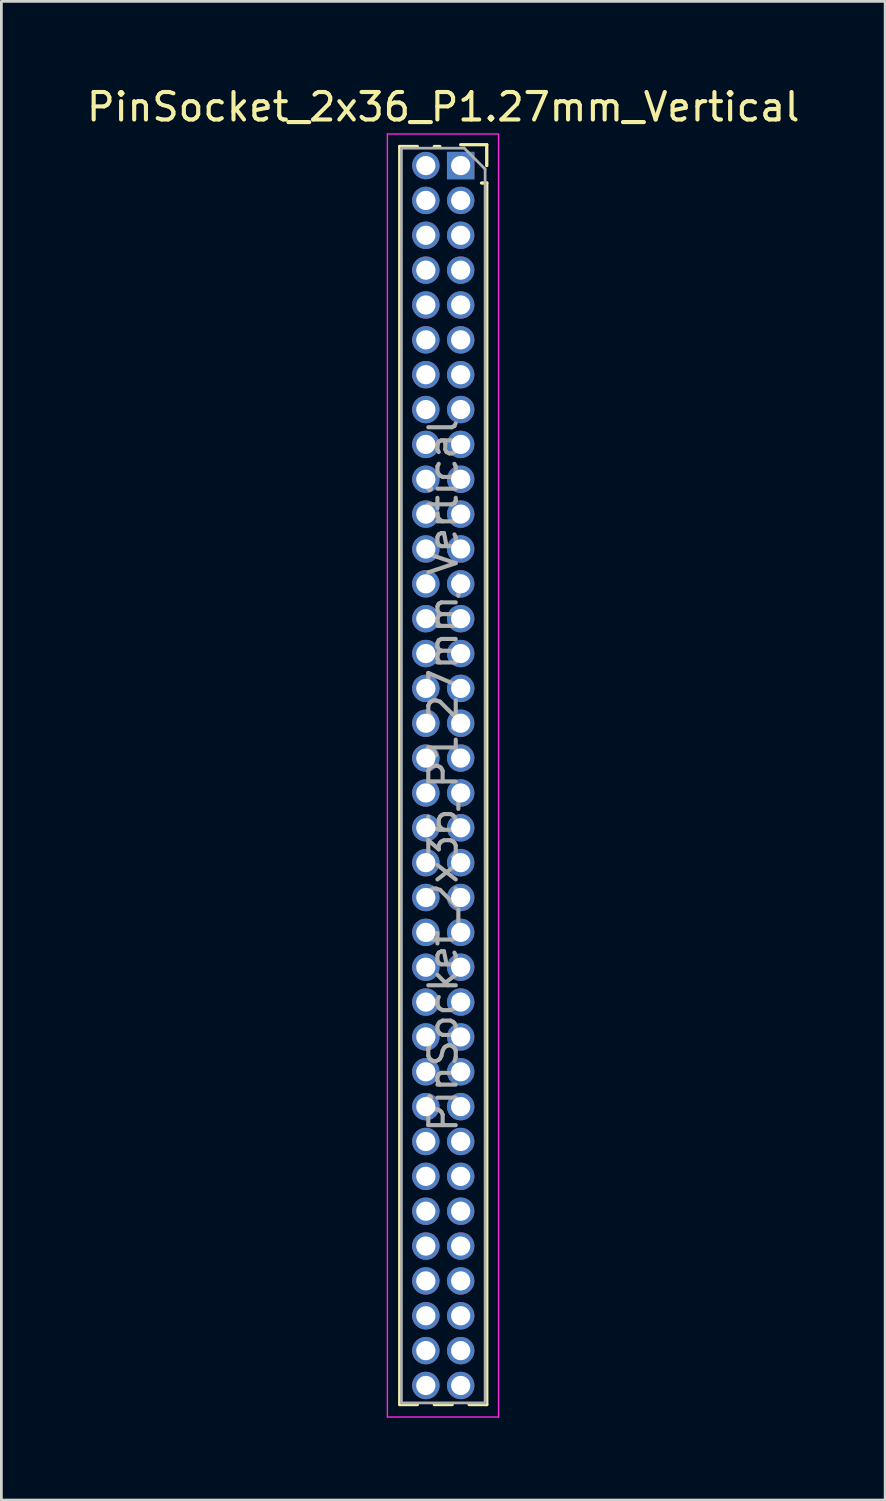
<source format=kicad_pcb>
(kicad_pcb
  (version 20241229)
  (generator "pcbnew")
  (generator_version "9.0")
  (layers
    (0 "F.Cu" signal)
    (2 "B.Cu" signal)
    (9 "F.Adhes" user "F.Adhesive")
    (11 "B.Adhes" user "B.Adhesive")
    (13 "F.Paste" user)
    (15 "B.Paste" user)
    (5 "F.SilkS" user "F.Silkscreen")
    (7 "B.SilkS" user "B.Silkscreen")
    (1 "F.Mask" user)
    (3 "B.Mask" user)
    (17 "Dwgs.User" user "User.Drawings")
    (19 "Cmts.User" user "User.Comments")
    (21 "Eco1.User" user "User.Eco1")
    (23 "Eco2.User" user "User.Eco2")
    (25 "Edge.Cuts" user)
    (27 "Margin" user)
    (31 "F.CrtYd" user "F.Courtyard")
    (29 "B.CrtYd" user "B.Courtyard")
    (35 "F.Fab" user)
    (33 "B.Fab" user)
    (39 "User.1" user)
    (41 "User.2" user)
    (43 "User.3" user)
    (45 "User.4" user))
  (footprint "PinSocket_2x36_P1.27mm_Vertical"
    (layer "F.Cu")
    (at 13.736 2.983)
    (property "Reference" "PinSocket_2x36_P1.27mm_Vertical" (at -0.635 -2.135 0) (layer "F.SilkS") (effects (font (size 1 1) (thickness 0.15))))
    (attr through_hole)
    (fp_line (start -2.22 -0.695) (end -2.22 45.145) (stroke (width 0.12) (type solid)) (layer "F.SilkS"))
    (fp_line (start -2.22 -0.695) (end -1.578 -0.695) (stroke (width 0.12) (type solid)) (layer "F.SilkS"))
    (fp_line (start -2.22 45.145) (end -1.578 45.145) (stroke (width 0.12) (type solid)) (layer "F.SilkS"))
    (fp_line (start -0.962 -0.695) (end -0.76 -0.695) (stroke (width 0.12) (type solid)) (layer "F.SilkS"))
    (fp_line (start -0.962 45.145) (end -0.308 45.145) (stroke (width 0.12) (type solid)) (layer "F.SilkS"))
    (fp_line (start 0 -0.76) (end 0.95 -0.76) (stroke (width 0.12) (type solid)) (layer "F.SilkS"))
    (fp_line (start 0.308 45.145) (end 0.95 45.145) (stroke (width 0.12) (type solid)) (layer "F.SilkS"))
    (fp_line (start 0.76 0.635) (end 0.95 0.635) (stroke (width 0.12) (type solid)) (layer "F.SilkS"))
    (fp_line (start 0.95 -0.76) (end 0.95 0) (stroke (width 0.12) (type solid)) (layer "F.SilkS"))
    (fp_line (start 0.95 0.635) (end 0.95 45.145) (stroke (width 0.12) (type solid)) (layer "F.SilkS"))
    (fp_line (start -2.67 -1.15) (end 1.38 -1.15) (stroke (width 0.05) (type solid)) (layer "F.CrtYd"))
    (fp_line (start -2.67 45.6) (end -2.67 -1.15) (stroke (width 0.05) (type solid)) (layer "F.CrtYd"))
    (fp_line (start 1.38 -1.15) (end 1.38 45.6) (stroke (width 0.05) (type solid)) (layer "F.CrtYd"))
    (fp_line (start 1.38 45.6) (end -2.67 45.6) (stroke (width 0.05) (type solid)) (layer "F.CrtYd"))
    (fp_line (start -2.16 -0.635) (end 0.128 -0.635) (stroke (width 0.1) (type solid)) (layer "F.Fab"))
    (fp_line (start -2.16 45.085) (end -2.16 -0.635) (stroke (width 0.1) (type solid)) (layer "F.Fab"))
    (fp_line (start 0.128 -0.635) (end 0.89 0.128) (stroke (width 0.1) (type solid)) (layer "F.Fab"))
    (fp_line (start 0.89 0.128) (end 0.89 45.085) (stroke (width 0.1) (type solid)) (layer "F.Fab"))
    (fp_line (start 0.89 45.085) (end -2.16 45.085) (stroke (width 0.1) (type solid)) (layer "F.Fab"))
    (fp_text user "${REFERENCE}" (at -0.635 22.225 90) (layer "F.Fab") (effects (font (size 1 1) (thickness 0.15))))
    (pad "1" thru_hole rect (at 0 0) (size 1 1) (drill 0.7) (layers "*.Cu" "*.Mask"))
    (pad "2" thru_hole oval (at -1.27 0) (size 1 1) (drill 0.7) (layers "*.Cu" "*.Mask"))
    (pad "3" thru_hole oval (at 0 1.27) (size 1 1) (drill 0.7) (layers "*.Cu" "*.Mask"))
    (pad "4" thru_hole oval (at -1.27 1.27) (size 1 1) (drill 0.7) (layers "*.Cu" "*.Mask"))
    (pad "5" thru_hole oval (at 0 2.54) (size 1 1) (drill 0.7) (layers "*.Cu" "*.Mask"))
    (pad "6" thru_hole oval (at -1.27 2.54) (size 1 1) (drill 0.7) (layers "*.Cu" "*.Mask"))
    (pad "7" thru_hole oval (at 0 3.81) (size 1 1) (drill 0.7) (layers "*.Cu" "*.Mask"))
    (pad "8" thru_hole oval (at -1.27 3.81) (size 1 1) (drill 0.7) (layers "*.Cu" "*.Mask"))
    (pad "9" thru_hole oval (at 0 5.08) (size 1 1) (drill 0.7) (layers "*.Cu" "*.Mask"))
    (pad "10" thru_hole oval (at -1.27 5.08) (size 1 1) (drill 0.7) (layers "*.Cu" "*.Mask"))
    (pad "11" thru_hole oval (at 0 6.35) (size 1 1) (drill 0.7) (layers "*.Cu" "*.Mask"))
    (pad "12" thru_hole oval (at -1.27 6.35) (size 1 1) (drill 0.7) (layers "*.Cu" "*.Mask"))
    (pad "13" thru_hole oval (at 0 7.62) (size 1 1) (drill 0.7) (layers "*.Cu" "*.Mask"))
    (pad "14" thru_hole oval (at -1.27 7.62) (size 1 1) (drill 0.7) (layers "*.Cu" "*.Mask"))
    (pad "15" thru_hole oval (at 0 8.89) (size 1 1) (drill 0.7) (layers "*.Cu" "*.Mask"))
    (pad "16" thru_hole oval (at -1.27 8.89) (size 1 1) (drill 0.7) (layers "*.Cu" "*.Mask"))
    (pad "17" thru_hole oval (at 0 10.16) (size 1 1) (drill 0.7) (layers "*.Cu" "*.Mask"))
    (pad "18" thru_hole oval (at -1.27 10.16) (size 1 1) (drill 0.7) (layers "*.Cu" "*.Mask"))
    (pad "19" thru_hole oval (at 0 11.43) (size 1 1) (drill 0.7) (layers "*.Cu" "*.Mask"))
    (pad "20" thru_hole oval (at -1.27 11.43) (size 1 1) (drill 0.7) (layers "*.Cu" "*.Mask"))
    (pad "21" thru_hole oval (at 0 12.7) (size 1 1) (drill 0.7) (layers "*.Cu" "*.Mask"))
    (pad "22" thru_hole oval (at -1.27 12.7) (size 1 1) (drill 0.7) (layers "*.Cu" "*.Mask"))
    (pad "23" thru_hole oval (at 0 13.97) (size 1 1) (drill 0.7) (layers "*.Cu" "*.Mask"))
    (pad "24" thru_hole oval (at -1.27 13.97) (size 1 1) (drill 0.7) (layers "*.Cu" "*.Mask"))
    (pad "25" thru_hole oval (at 0 15.24) (size 1 1) (drill 0.7) (layers "*.Cu" "*.Mask"))
    (pad "26" thru_hole oval (at -1.27 15.24) (size 1 1) (drill 0.7) (layers "*.Cu" "*.Mask"))
    (pad "27" thru_hole oval (at 0 16.51) (size 1 1) (drill 0.7) (layers "*.Cu" "*.Mask"))
    (pad "28" thru_hole oval (at -1.27 16.51) (size 1 1) (drill 0.7) (layers "*.Cu" "*.Mask"))
    (pad "29" thru_hole oval (at 0 17.78) (size 1 1) (drill 0.7) (layers "*.Cu" "*.Mask"))
    (pad "30" thru_hole oval (at -1.27 17.78) (size 1 1) (drill 0.7) (layers "*.Cu" "*.Mask"))
    (pad "31" thru_hole oval (at 0 19.05) (size 1 1) (drill 0.7) (layers "*.Cu" "*.Mask"))
    (pad "32" thru_hole oval (at -1.27 19.05) (size 1 1) (drill 0.7) (layers "*.Cu" "*.Mask"))
    (pad "33" thru_hole oval (at 0 20.32) (size 1 1) (drill 0.7) (layers "*.Cu" "*.Mask"))
    (pad "34" thru_hole oval (at -1.27 20.32) (size 1 1) (drill 0.7) (layers "*.Cu" "*.Mask"))
    (pad "35" thru_hole oval (at 0 21.59) (size 1 1) (drill 0.7) (layers "*.Cu" "*.Mask"))
    (pad "36" thru_hole oval (at -1.27 21.59) (size 1 1) (drill 0.7) (layers "*.Cu" "*.Mask"))
    (pad "37" thru_hole oval (at 0 22.86) (size 1 1) (drill 0.7) (layers "*.Cu" "*.Mask"))
    (pad "38" thru_hole oval (at -1.27 22.86) (size 1 1) (drill 0.7) (layers "*.Cu" "*.Mask"))
    (pad "39" thru_hole oval (at 0 24.13) (size 1 1) (drill 0.7) (layers "*.Cu" "*.Mask"))
    (pad "40" thru_hole oval (at -1.27 24.13) (size 1 1) (drill 0.7) (layers "*.Cu" "*.Mask"))
    (pad "41" thru_hole oval (at 0 25.4) (size 1 1) (drill 0.7) (layers "*.Cu" "*.Mask"))
    (pad "42" thru_hole oval (at -1.27 25.4) (size 1 1) (drill 0.7) (layers "*.Cu" "*.Mask"))
    (pad "43" thru_hole oval (at 0 26.67) (size 1 1) (drill 0.7) (layers "*.Cu" "*.Mask"))
    (pad "44" thru_hole oval (at -1.27 26.67) (size 1 1) (drill 0.7) (layers "*.Cu" "*.Mask"))
    (pad "45" thru_hole oval (at 0 27.94) (size 1 1) (drill 0.7) (layers "*.Cu" "*.Mask"))
    (pad "46" thru_hole oval (at -1.27 27.94) (size 1 1) (drill 0.7) (layers "*.Cu" "*.Mask"))
    (pad "47" thru_hole oval (at 0 29.21) (size 1 1) (drill 0.7) (layers "*.Cu" "*.Mask"))
    (pad "48" thru_hole oval (at -1.27 29.21) (size 1 1) (drill 0.7) (layers "*.Cu" "*.Mask"))
    (pad "49" thru_hole oval (at 0 30.48) (size 1 1) (drill 0.7) (layers "*.Cu" "*.Mask"))
    (pad "50" thru_hole oval (at -1.27 30.48) (size 1 1) (drill 0.7) (layers "*.Cu" "*.Mask"))
    (pad "51" thru_hole oval (at 0 31.75) (size 1 1) (drill 0.7) (layers "*.Cu" "*.Mask"))
    (pad "52" thru_hole oval (at -1.27 31.75) (size 1 1) (drill 0.7) (layers "*.Cu" "*.Mask"))
    (pad "53" thru_hole oval (at 0 33.02) (size 1 1) (drill 0.7) (layers "*.Cu" "*.Mask"))
    (pad "54" thru_hole oval (at -1.27 33.02) (size 1 1) (drill 0.7) (layers "*.Cu" "*.Mask"))
    (pad "55" thru_hole oval (at 0 34.29) (size 1 1) (drill 0.7) (layers "*.Cu" "*.Mask"))
    (pad "56" thru_hole oval (at -1.27 34.29) (size 1 1) (drill 0.7) (layers "*.Cu" "*.Mask"))
    (pad "57" thru_hole oval (at 0 35.56) (size 1 1) (drill 0.7) (layers "*.Cu" "*.Mask"))
    (pad "58" thru_hole oval (at -1.27 35.56) (size 1 1) (drill 0.7) (layers "*.Cu" "*.Mask"))
    (pad "59" thru_hole oval (at 0 36.83) (size 1 1) (drill 0.7) (layers "*.Cu" "*.Mask"))
    (pad "60" thru_hole oval (at -1.27 36.83) (size 1 1) (drill 0.7) (layers "*.Cu" "*.Mask"))
    (pad "61" thru_hole oval (at 0 38.1) (size 1 1) (drill 0.7) (layers "*.Cu" "*.Mask"))
    (pad "62" thru_hole oval (at -1.27 38.1) (size 1 1) (drill 0.7) (layers "*.Cu" "*.Mask"))
    (pad "63" thru_hole oval (at 0 39.37) (size 1 1) (drill 0.7) (layers "*.Cu" "*.Mask"))
    (pad "64" thru_hole oval (at -1.27 39.37) (size 1 1) (drill 0.7) (layers "*.Cu" "*.Mask"))
    (pad "65" thru_hole oval (at 0 40.64) (size 1 1) (drill 0.7) (layers "*.Cu" "*.Mask"))
    (pad "66" thru_hole oval (at -1.27 40.64) (size 1 1) (drill 0.7) (layers "*.Cu" "*.Mask"))
    (pad "67" thru_hole oval (at 0 41.91) (size 1 1) (drill 0.7) (layers "*.Cu" "*.Mask"))
    (pad "68" thru_hole oval (at -1.27 41.91) (size 1 1) (drill 0.7) (layers "*.Cu" "*.Mask"))
    (pad "69" thru_hole oval (at 0 43.18) (size 1 1) (drill 0.7) (layers "*.Cu" "*.Mask"))
    (pad "70" thru_hole oval (at -1.27 43.18) (size 1 1) (drill 0.7) (layers "*.Cu" "*.Mask"))
    (pad "71" thru_hole oval (at 0 44.45) (size 1 1) (drill 0.7) (layers "*.Cu" "*.Mask"))
    (pad "72" thru_hole oval (at -1.27 44.45) (size 1 1) (drill 0.7) (layers "*.Cu" "*.Mask")))
  (gr_rect
    (start -3 -3)
    (end 29.202 51.608)
    (stroke (width 0.1) (type default))
    (fill no)
    (layer "Edge.Cuts")))
</source>
